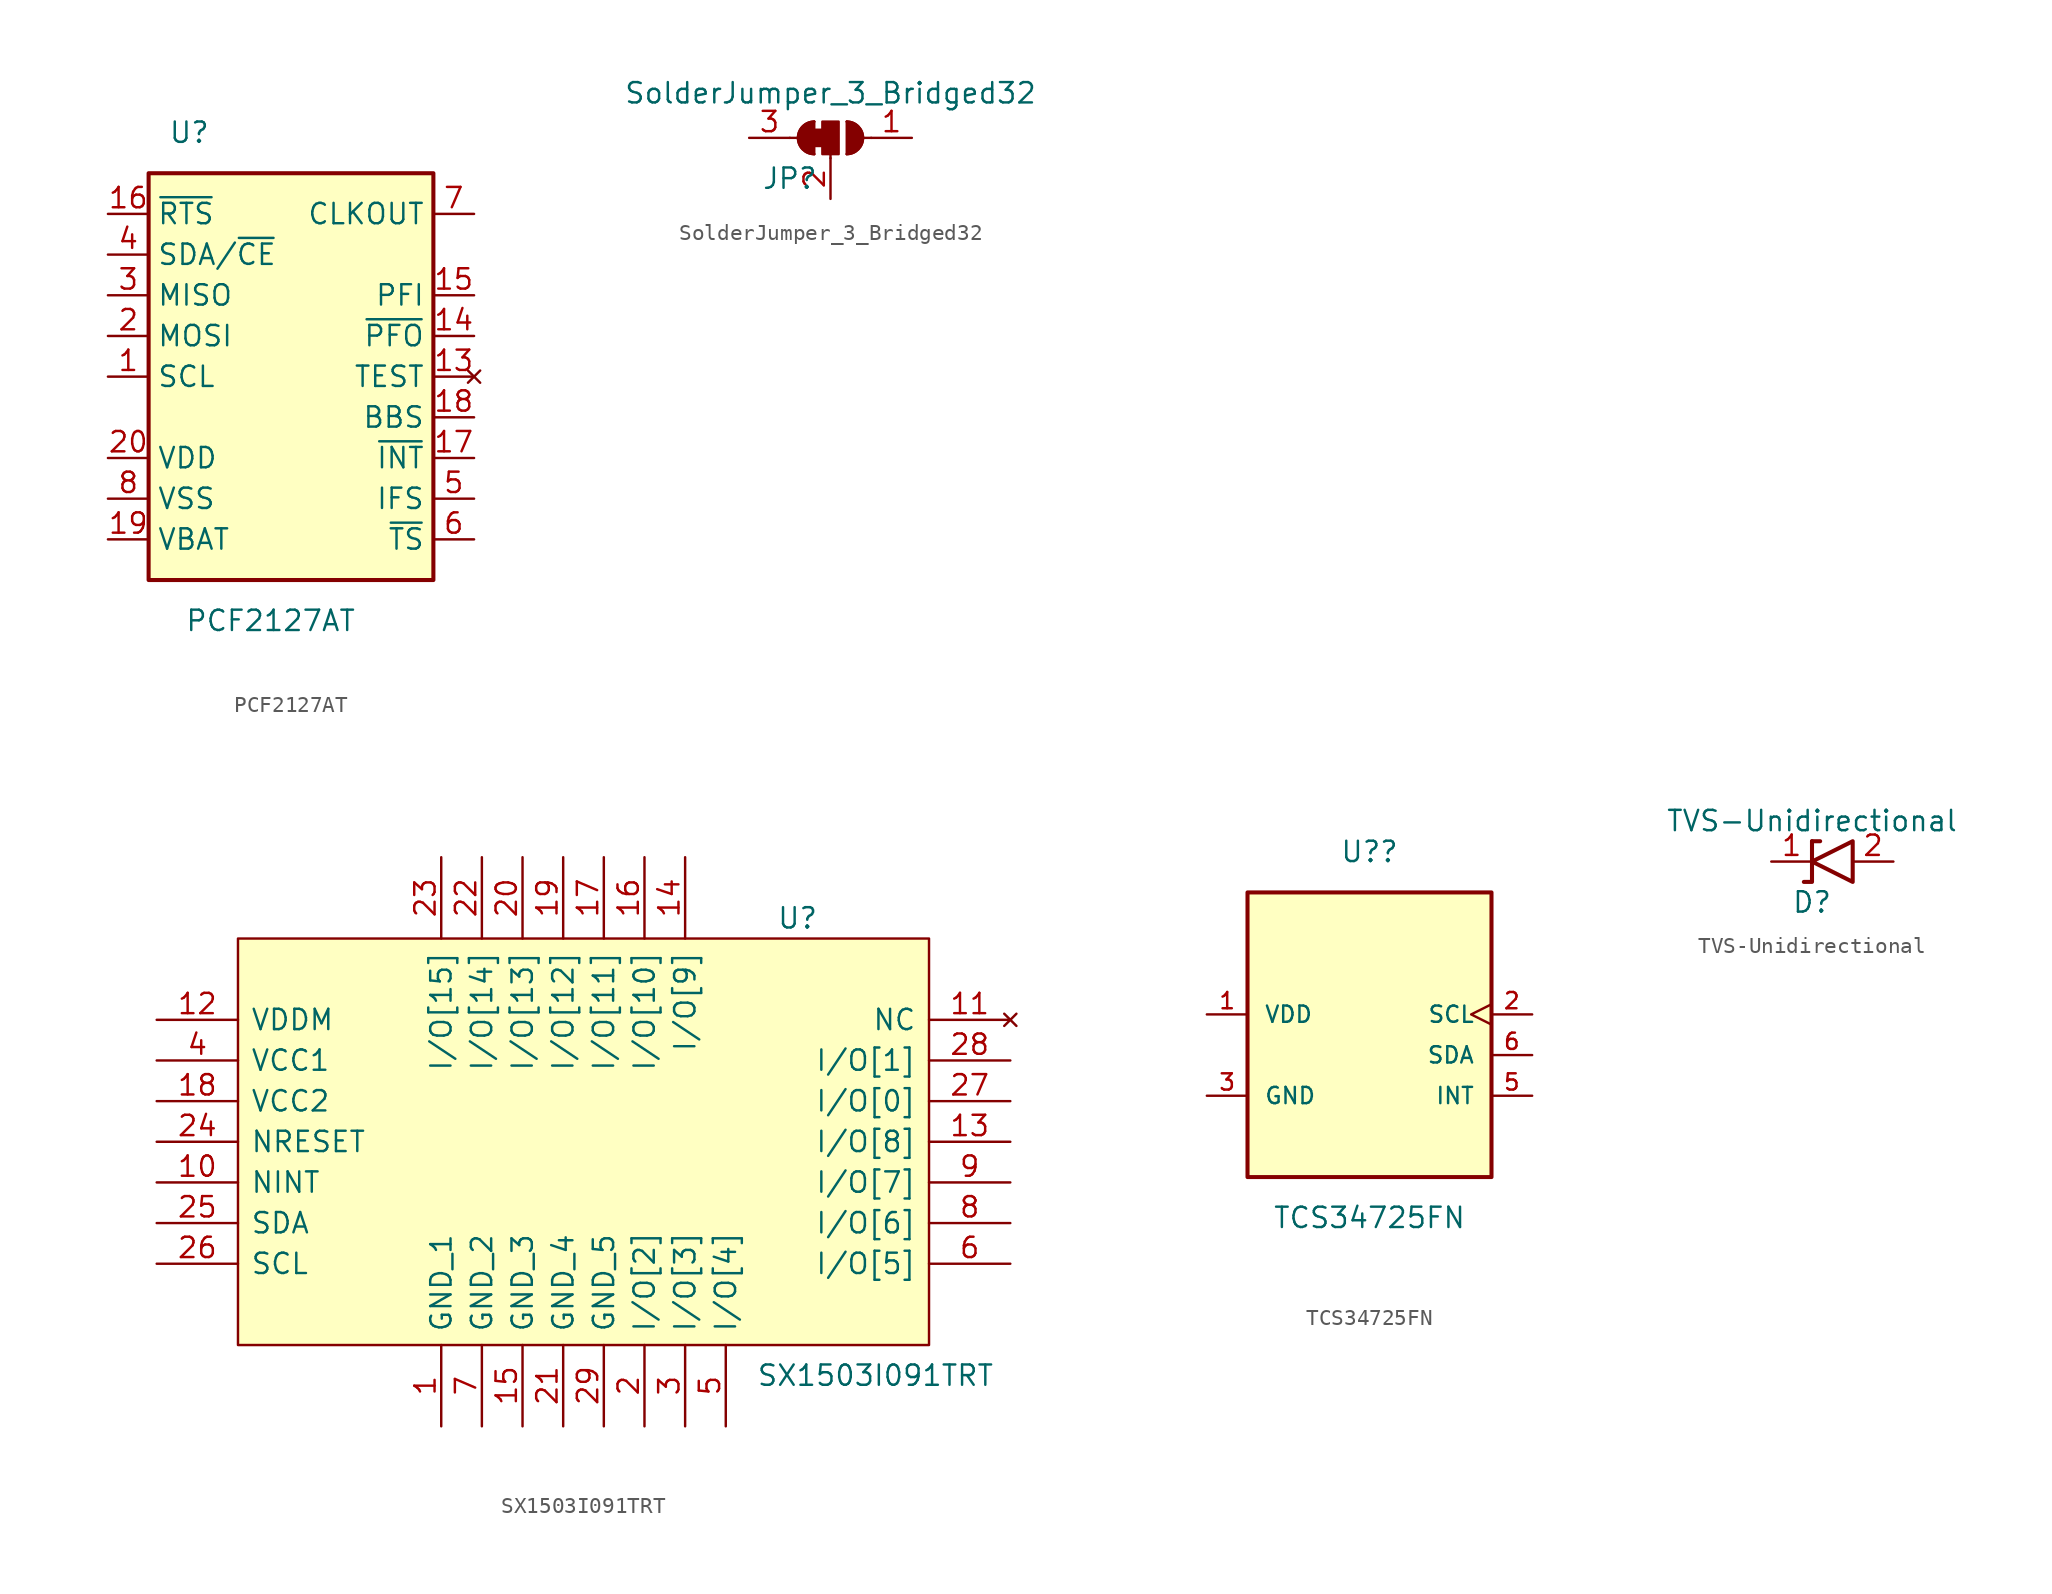
<source format=kicad_sym>
(kicad_symbol_lib
  (version 20211014)
  (generator kicad_symbol_editor)
  (symbol "PCF2127AT"
    (property "Reference" "U"
      (at -5.08 15.24 0)
      (effects (font (size 1.27 1.27))))
    (property "Value" "PCF2127AT"
      (at 0 -15.24 0)
      (effects (font (size 1.27 1.27))))
    (symbol "PCF2127AT_0_1"
      (rectangle (start -7.62 12.7) (end 10.16 -12.7) (stroke (width 0.254) (type default) (color 0 0 0 0)) (fill (type background))))
    (symbol "PCF2127AT_1_1"
      (pin input line (at -10.16 0 0) (length 2.54) (name "SCL" (effects (font (size 1.27 1.27)))) (number "1" (effects (font (size 1.27 1.27)))))
      (pin no_connect line (at 12.7 0 180) (length 2.54) hide (name "" (effects (font (size 1.27 1.27)))) (number "10" (effects (font (size 1.27 1.27)))))
      (pin no_connect line (at 12.7 0 180) (length 2.54) hide (name "" (effects (font (size 1.27 1.27)))) (number "11" (effects (font (size 1.27 1.27)))))
      (pin no_connect line (at 12.7 0 180) (length 2.54) hide (name "" (effects (font (size 1.27 1.27)))) (number "12" (effects (font (size 1.27 1.27)))))
      (pin no_connect line (at 12.7 0 180) (length 2.54) (name "TEST" (effects (font (size 1.27 1.27)))) (number "13" (effects (font (size 1.27 1.27)))))
      (pin open_collector line (at 12.7 2.54 180) (length 2.54) (name "~{PFO}" (effects (font (size 1.27 1.27)))) (number "14" (effects (font (size 1.27 1.27)))))
      (pin input line (at 12.7 5.08 180) (length 2.54) (name "PFI" (effects (font (size 1.27 1.27)))) (number "15" (effects (font (size 1.27 1.27)))))
      (pin output line (at -10.16 10.16 0) (length 2.54) (name "~{RTS}" (effects (font (size 1.27 1.27)))) (number "16" (effects (font (size 1.27 1.27)))))
      (pin output line (at 12.7 -5.08 180) (length 2.54) (name "~{INT}" (effects (font (size 1.27 1.27)))) (number "17" (effects (font (size 1.27 1.27)))))
      (pin output line (at 12.7 -2.54 180) (length 2.54) (name "BBS" (effects (font (size 1.27 1.27)))) (number "18" (effects (font (size 1.27 1.27)))))
      (pin power_in line (at -10.16 -10.16 0) (length 2.54) (name "VBAT" (effects (font (size 1.27 1.27)))) (number "19" (effects (font (size 1.27 1.27)))))
      (pin input line (at -10.16 2.54 0) (length 2.54) (name "MOSI" (effects (font (size 1.27 1.27)))) (number "2" (effects (font (size 1.27 1.27)))))
      (pin power_in line (at -10.16 -5.08 0) (length 2.54) (name "VDD" (effects (font (size 1.27 1.27)))) (number "20" (effects (font (size 1.27 1.27)))))
      (pin output line (at -10.16 5.08 0) (length 2.54) (name "MISO" (effects (font (size 1.27 1.27)))) (number "3" (effects (font (size 1.27 1.27)))))
      (pin bidirectional line (at -10.16 7.62 0) (length 2.54) (name "SDA/~{CE}" (effects (font (size 1.27 1.27)))) (number "4" (effects (font (size 1.27 1.27)))))
      (pin input line (at 12.7 -7.62 180) (length 2.54) (name "IFS" (effects (font (size 1.27 1.27)))) (number "5" (effects (font (size 1.27 1.27)))))
      (pin input line (at 12.7 -10.16 180) (length 2.54) (name "~{TS}" (effects (font (size 1.27 1.27)))) (number "6" (effects (font (size 1.27 1.27)))))
      (pin open_collector line (at 12.7 10.16 180) (length 2.54) (name "CLKOUT" (effects (font (size 1.27 1.27)))) (number "7" (effects (font (size 1.27 1.27)))))
      (pin power_in line (at -10.16 -7.62 0) (length 2.54) (name "VSS" (effects (font (size 1.27 1.27)))) (number "8" (effects (font (size 1.27 1.27)))))
      (pin no_connect line (at 12.7 0 180) (length 2.54) hide (name "" (effects (font (size 1.27 1.27)))) (number "9" (effects (font (size 1.27 1.27)))))))
  (symbol "SolderJumper_3_Bridged32"
    (pin_names
      (offset 0) hide)
    (property "Reference" "JP"
      (at -2.54 -2.54 0)
      (effects (font (size 1.27 1.27))))
    (property "Value" "SolderJumper_3_Bridged32"
      (at 0 2.794 0)
      (effects (font (size 1.27 1.27))))
    (symbol "SolderJumper_3_Bridged32_0_1"
      (rectangle (start -1.016 0.508) (end -0.508 -0.508) (stroke (width 0) (type default) (color 0 0 0 0)) (fill (type outline)))
      (arc (start -1.016 1.016) (mid -2.032 0) (end -1.016 -1.016) (stroke (width 0) (type default) (color 0 0 0 0)) (fill (type none)))
      (arc (start -1.016 1.016) (mid -2.032 0) (end -1.016 -1.016) (stroke (width 0) (type default) (color 0 0 0 0)) (fill (type outline)))
      (rectangle (start -0.508 1.016) (end 0.508 -1.016) (stroke (width 0) (type default) (color 0 0 0 0)) (fill (type outline)))
      (polyline (pts (xy -2.54 0) (xy -2.032 0)) (stroke (width 0) (type default) (color 0 0 0 0)) (fill (type none)))
      (polyline (pts (xy -1.016 1.016) (xy -1.016 -1.016)) (stroke (width 0) (type default) (color 0 0 0 0)) (fill (type none)))
      (polyline (pts (xy 0 -1.27) (xy 0 -1.016)) (stroke (width 0) (type default) (color 0 0 0 0)) (fill (type none)))
      (polyline (pts (xy 1.016 1.016) (xy 1.016 -1.016)) (stroke (width 0) (type default) (color 0 0 0 0)) (fill (type none)))
      (polyline (pts (xy 2.54 0) (xy 2.032 0)) (stroke (width 0) (type default) (color 0 0 0 0)) (fill (type none)))
      (arc (start 1.016 -1.016) (mid 2.032 0) (end 1.016 1.016) (stroke (width 0) (type default) (color 0 0 0 0)) (fill (type none)))
      (arc (start 1.016 -1.016) (mid 2.032 0) (end 1.016 1.016) (stroke (width 0) (type default) (color 0 0 0 0)) (fill (type outline))))
    (symbol "SolderJumper_3_Bridged32_1_1"
      (pin passive line (at 5.08 0 180) (length 2.54) (name "A" (effects (font (size 1.27 1.27)))) (number "1" (effects (font (size 1.27 1.27)))))
      (pin passive line (at 0 -3.81 90) (length 2.54) (name "C" (effects (font (size 1.27 1.27)))) (number "2" (effects (font (size 1.27 1.27)))))
      (pin passive line (at -5.08 0 0) (length 2.54) (name "B" (effects (font (size 1.27 1.27)))) (number "3" (effects (font (size 1.27 1.27)))))))
  (symbol "SX1503I091TRT"
    (pin_names
      (offset 0.762))
    (property "Reference" "U"
      (at 13.335 13.97 0)
      (effects (font (size 1.27 1.27)) (justify left)))
    (property "Value" "SX1503I091TRT"
      (at 12.065 -14.605 0)
      (effects (font (size 1.27 1.27)) (justify left)))
    (symbol "SX1503I091TRT_0_0"
      (pin passive line (at -7.62 -17.78 90) (length 5.08) (name "GND_1" (effects (font (size 1.27 1.27)))) (number "1" (effects (font (size 1.27 1.27)))))
      (pin passive line (at -25.4 -2.54 0) (length 5.08) (name "NINT" (effects (font (size 1.27 1.27)))) (number "10" (effects (font (size 1.27 1.27)))))
      (pin no_connect line (at 27.94 7.62 180) (length 5.08) (name "NC" (effects (font (size 1.27 1.27)))) (number "11" (effects (font (size 1.27 1.27)))))
      (pin passive line (at -25.4 7.62 0) (length 5.08) (name "VDDM" (effects (font (size 1.27 1.27)))) (number "12" (effects (font (size 1.27 1.27)))))
      (pin passive line (at 27.94 0 180) (length 5.08) (name "I/O[8]" (effects (font (size 1.27 1.27)))) (number "13" (effects (font (size 1.27 1.27)))))
      (pin passive line (at 7.62 17.78 270) (length 5.08) (name "I/O[9]" (effects (font (size 1.27 1.27)))) (number "14" (effects (font (size 1.27 1.27)))))
      (pin passive line (at -2.54 -17.78 90) (length 5.08) (name "GND_3" (effects (font (size 1.27 1.27)))) (number "15" (effects (font (size 1.27 1.27)))))
      (pin passive line (at 5.08 17.78 270) (length 5.08) (name "I/O[10]" (effects (font (size 1.27 1.27)))) (number "16" (effects (font (size 1.27 1.27)))))
      (pin passive line (at 2.54 17.78 270) (length 5.08) (name "I/O[11]" (effects (font (size 1.27 1.27)))) (number "17" (effects (font (size 1.27 1.27)))))
      (pin passive line (at -25.4 2.54 0) (length 5.08) (name "VCC2" (effects (font (size 1.27 1.27)))) (number "18" (effects (font (size 1.27 1.27)))))
      (pin passive line (at 0 17.78 270) (length 5.08) (name "I/O[12]" (effects (font (size 1.27 1.27)))) (number "19" (effects (font (size 1.27 1.27)))))
      (pin passive line (at 5.08 -17.78 90) (length 5.08) (name "I/O[2]" (effects (font (size 1.27 1.27)))) (number "2" (effects (font (size 1.27 1.27)))))
      (pin passive line (at -2.54 17.78 270) (length 5.08) (name "I/O[13]" (effects (font (size 1.27 1.27)))) (number "20" (effects (font (size 1.27 1.27)))))
      (pin passive line (at 0 -17.78 90) (length 5.08) (name "GND_4" (effects (font (size 1.27 1.27)))) (number "21" (effects (font (size 1.27 1.27)))))
      (pin passive line (at -5.08 17.78 270) (length 5.08) (name "I/O[14]" (effects (font (size 1.27 1.27)))) (number "22" (effects (font (size 1.27 1.27)))))
      (pin passive line (at -7.62 17.78 270) (length 5.08) (name "I/O[15]" (effects (font (size 1.27 1.27)))) (number "23" (effects (font (size 1.27 1.27)))))
      (pin passive line (at -25.4 0 0) (length 5.08) (name "NRESET" (effects (font (size 1.27 1.27)))) (number "24" (effects (font (size 1.27 1.27)))))
      (pin passive line (at -25.4 -5.08 0) (length 5.08) (name "SDA" (effects (font (size 1.27 1.27)))) (number "25" (effects (font (size 1.27 1.27)))))
      (pin passive line (at -25.4 -7.62 0) (length 5.08) (name "SCL" (effects (font (size 1.27 1.27)))) (number "26" (effects (font (size 1.27 1.27)))))
      (pin passive line (at 27.94 2.54 180) (length 5.08) (name "I/O[0]" (effects (font (size 1.27 1.27)))) (number "27" (effects (font (size 1.27 1.27)))))
      (pin passive line (at 27.94 5.08 180) (length 5.08) (name "I/O[1]" (effects (font (size 1.27 1.27)))) (number "28" (effects (font (size 1.27 1.27)))))
      (pin passive line (at 2.54 -17.78 90) (length 5.08) (name "GND_5" (effects (font (size 1.27 1.27)))) (number "29" (effects (font (size 1.27 1.27)))))
      (pin passive line (at 7.62 -17.78 90) (length 5.08) (name "I/O[3]" (effects (font (size 1.27 1.27)))) (number "3" (effects (font (size 1.27 1.27)))))
      (pin passive line (at -25.4 5.08 0) (length 5.08) (name "VCC1" (effects (font (size 1.27 1.27)))) (number "4" (effects (font (size 1.27 1.27)))))
      (pin passive line (at 10.16 -17.78 90) (length 5.08) (name "I/O[4]" (effects (font (size 1.27 1.27)))) (number "5" (effects (font (size 1.27 1.27)))))
      (pin passive line (at 27.94 -7.62 180) (length 5.08) (name "I/O[5]" (effects (font (size 1.27 1.27)))) (number "6" (effects (font (size 1.27 1.27)))))
      (pin passive line (at -5.08 -17.78 90) (length 5.08) (name "GND_2" (effects (font (size 1.27 1.27)))) (number "7" (effects (font (size 1.27 1.27)))))
      (pin passive line (at 27.94 -5.08 180) (length 5.08) (name "I/O[6]" (effects (font (size 1.27 1.27)))) (number "8" (effects (font (size 1.27 1.27)))))
      (pin passive line (at 27.94 -2.54 180) (length 5.08) (name "I/O[7]" (effects (font (size 1.27 1.27)))) (number "9" (effects (font (size 1.27 1.27))))))
    (symbol "SX1503I091TRT_0_1"
      (rectangle (start -20.32 -12.7) (end 22.86 12.7) (stroke (width 0) (type default) (color 0 0 0 0)) (fill (type background)))))
  (symbol "TCS34725FN"
    (pin_names
      (offset 1.016))
    (property "Reference" "U?"
      (at 0 12.7 0)
      (effects (font (size 1.27 1.27))))
    (property "Value" "TCS34725FN"
      (at 0 -10.16 0)
      (effects (font (size 1.27 1.27))))
    (property "STANDARD" ""
      (at -7.62 -12.7 0)
      (effects (font (size 1.27 1.27)) (justify left bottom)))
    (property "ki_locked" ""
      (at 0 0 0)
      (effects (font (size 1.27 1.27))))
    (symbol "TCS34725FN_0_0"
      (rectangle (start -7.62 -7.62) (end 7.62 10.16) (stroke (width 0.254) (type default) (color 0 0 0 0)) (fill (type background)))
      (pin power_in line (at -10.16 2.54 0) (length 2.54) (name "VDD" (effects (font (size 1.016 1.016)))) (number "1" (effects (font (size 1.016 1.016)))))
      (pin input clock (at 10.16 2.54 180) (length 2.54) (name "SCL" (effects (font (size 1.016 1.016)))) (number "2" (effects (font (size 1.016 1.016)))))
      (pin power_in line (at -10.16 -2.54 0) (length 2.54) (name "GND" (effects (font (size 1.016 1.016)))) (number "3" (effects (font (size 1.016 1.016)))))
      (pin no_connect line (at 10.16 -5.08 180) (length 2.54) hide (name "NC" (effects (font (size 1.016 1.016)))) (number "4" (effects (font (size 1.016 1.016)))))
      (pin output line (at 10.16 -2.54 180) (length 2.54) (name "INT" (effects (font (size 1.016 1.016)))) (number "5" (effects (font (size 1.016 1.016)))))
      (pin bidirectional line (at 10.16 0 180) (length 2.54) (name "SDA" (effects (font (size 1.016 1.016)))) (number "6" (effects (font (size 1.016 1.016)))))))
  (symbol "TVS-Unidirectional"
    (property "Reference" "D"
      (at 0 -2.54 0)
      (effects (font (size 1.27 1.27))))
    (property "Value" "TVS-Unidirectional"
      (at 0 2.54 0)
      (effects (font (size 1.27 1.27))))
    (symbol "TVS-Unidirectional_0_1"
      (polyline (pts (xy -0.508 -1.27) (xy 0 -1.27) (xy 0 1.27)) (stroke (width 0.254) (type default) (color 0 0 0 0)) (fill (type none)))
      (polyline (pts (xy 0.508 1.27) (xy 0 1.27) (xy 0 1.27)) (stroke (width 0.254) (type default) (color 0 0 0 0)) (fill (type none)))
      (polyline (pts (xy 2.54 1.27) (xy 2.54 -1.27) (xy 0 0) (xy 2.54 1.27)) (stroke (width 0.254) (type default) (color 0 0 0 0)) (fill (type none))))
    (symbol "TVS-Unidirectional_1_1"
      (pin passive line (at -2.54 0 0) (length 2.54) (name "" (effects (font (size 1.27 1.27)))) (number "1" (effects (font (size 1.27 1.27)))))
      (pin passive line (at 5.08 0 180) (length 2.54) (name "" (effects (font (size 1.27 1.27)))) (number "2" (effects (font (size 1.27 1.27))))))))
</source>
